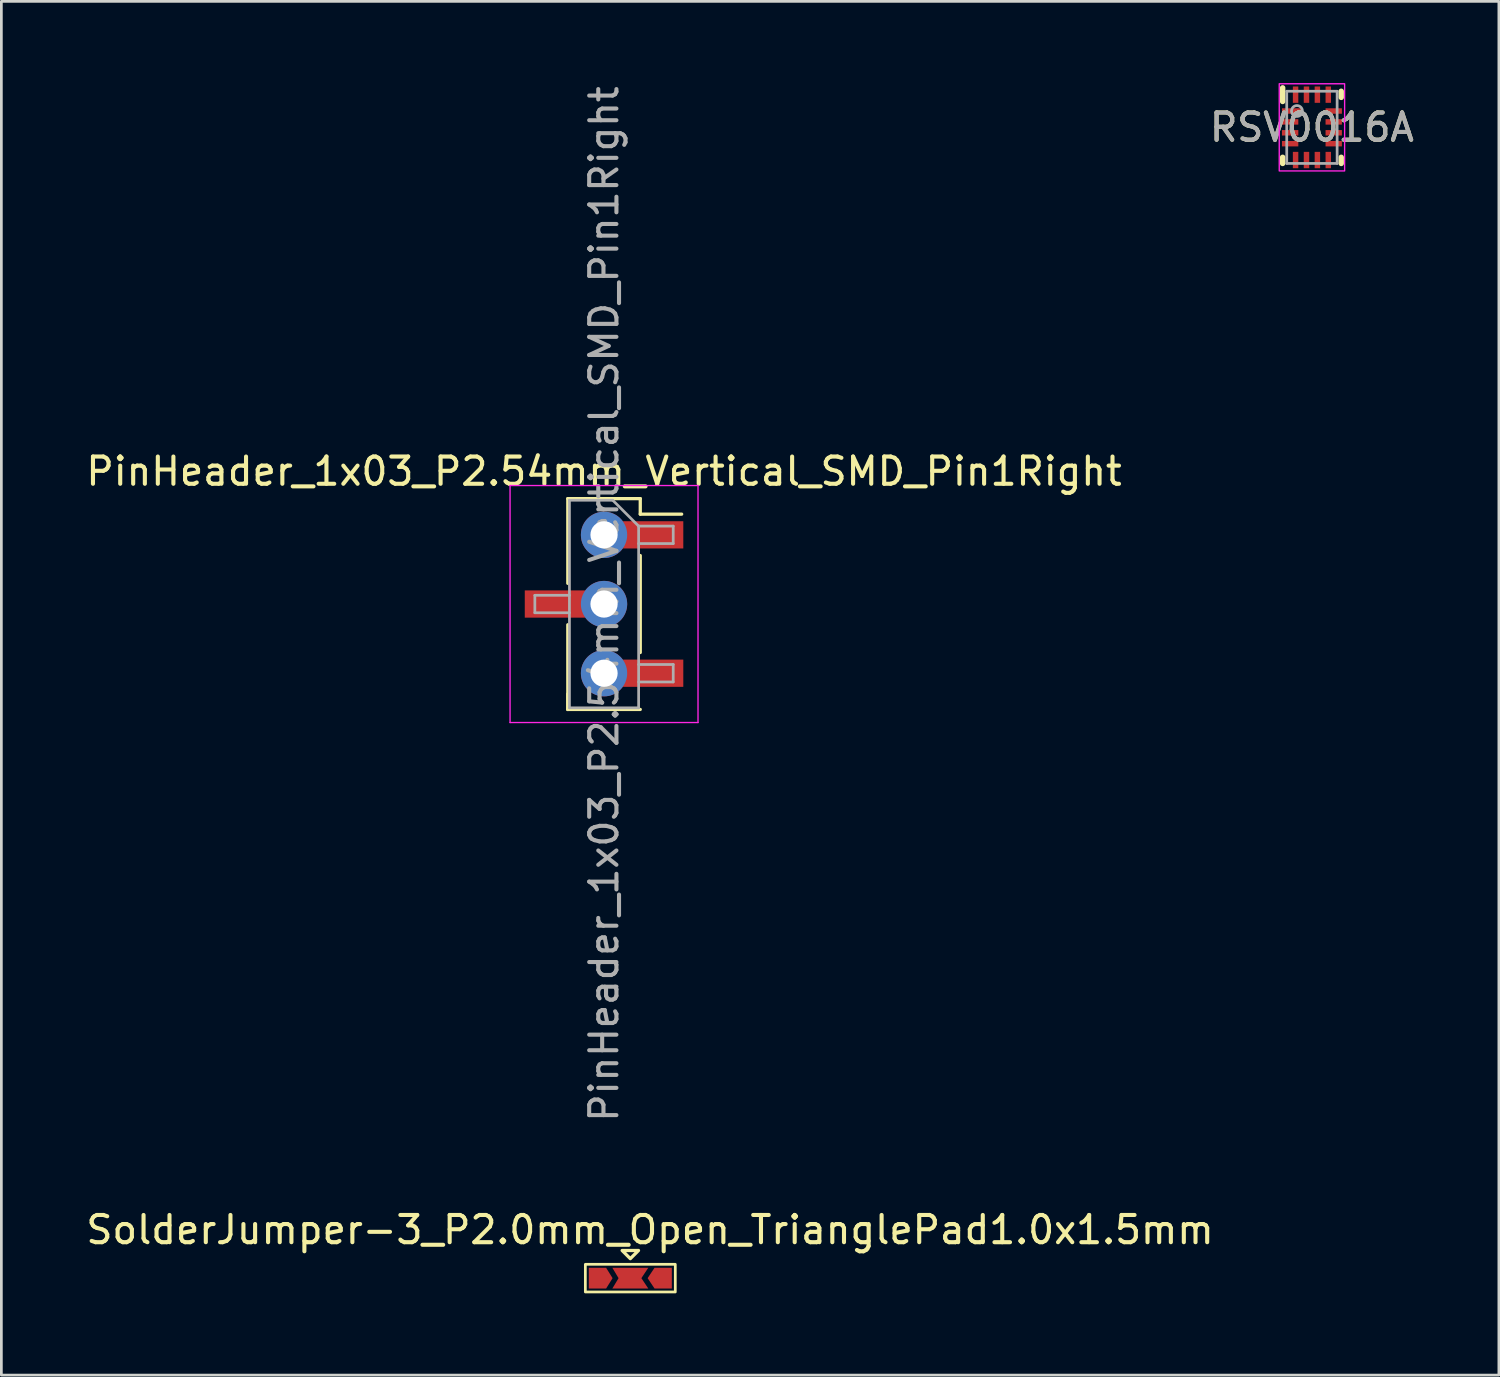
<source format=kicad_pcb>
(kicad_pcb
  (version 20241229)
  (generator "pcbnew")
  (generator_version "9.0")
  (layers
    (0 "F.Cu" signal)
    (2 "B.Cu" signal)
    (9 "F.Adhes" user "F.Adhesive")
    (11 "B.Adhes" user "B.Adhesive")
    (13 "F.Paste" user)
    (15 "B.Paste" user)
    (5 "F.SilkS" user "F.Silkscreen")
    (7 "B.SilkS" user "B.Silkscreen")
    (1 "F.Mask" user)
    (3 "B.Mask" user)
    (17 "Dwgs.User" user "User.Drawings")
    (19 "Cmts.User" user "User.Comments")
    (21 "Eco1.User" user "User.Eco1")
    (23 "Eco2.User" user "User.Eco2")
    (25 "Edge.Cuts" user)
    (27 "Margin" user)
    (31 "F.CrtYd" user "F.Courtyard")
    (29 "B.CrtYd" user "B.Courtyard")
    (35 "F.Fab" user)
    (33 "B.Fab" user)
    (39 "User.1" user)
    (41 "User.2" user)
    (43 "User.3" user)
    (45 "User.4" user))
  (footprint "PinHeader_1x03_P2.54mm_Vertical_SMD_Pin1Right"
    (layer "F.Cu")
    (at 19.125 19.125)
    (property "Reference" "PinHeader_1x03_P2.54mm_Vertical_SMD_Pin1Right" (at 0 -4.87 0) (layer "F.SilkS") (effects (font (size 1 1) (thickness 0.15))))
    (attr smd)
    (fp_line (start -1.33 -3.87) (end -1.33 -0.76) (stroke (width 0.12) (type solid)) (layer "F.SilkS"))
    (fp_line (start -1.33 -3.87) (end 1.33 -3.87) (stroke (width 0.12) (type solid)) (layer "F.SilkS"))
    (fp_line (start -1.33 0.76) (end -1.33 3.87) (stroke (width 0.12) (type solid)) (layer "F.SilkS"))
    (fp_line (start -1.33 3.3) (end -1.33 3.87) (stroke (width 0.12) (type solid)) (layer "F.SilkS"))
    (fp_line (start -1.33 3.87) (end 1.33 3.87) (stroke (width 0.12) (type solid)) (layer "F.SilkS"))
    (fp_line (start 1.33 -3.87) (end 1.33 -3.3) (stroke (width 0.12) (type solid)) (layer "F.SilkS"))
    (fp_line (start 1.33 -3.3) (end 2.85 -3.3) (stroke (width 0.12) (type solid)) (layer "F.SilkS"))
    (fp_line (start 1.33 -1.78) (end 1.33 1.78) (stroke (width 0.12) (type solid)) (layer "F.SilkS"))
    (fp_line (start -3.45 -4.35) (end -3.45 4.35) (stroke (width 0.05) (type solid)) (layer "F.CrtYd"))
    (fp_line (start -3.45 4.35) (end 3.45 4.35) (stroke (width 0.05) (type solid)) (layer "F.CrtYd"))
    (fp_line (start 3.45 -4.35) (end -3.45 -4.35) (stroke (width 0.05) (type solid)) (layer "F.CrtYd"))
    (fp_line (start 3.45 4.35) (end 3.45 -4.35) (stroke (width 0.05) (type solid)) (layer "F.CrtYd"))
    (fp_line (start -2.54 -0.32) (end -2.54 0.32) (stroke (width 0.1) (type solid)) (layer "F.Fab"))
    (fp_line (start -2.54 0.32) (end -1.27 0.32) (stroke (width 0.1) (type solid)) (layer "F.Fab"))
    (fp_line (start -1.27 -3.81) (end -1.27 3.81) (stroke (width 0.1) (type solid)) (layer "F.Fab"))
    (fp_line (start -1.27 -3.81) (end 0.32 -3.81) (stroke (width 0.1) (type solid)) (layer "F.Fab"))
    (fp_line (start -1.27 -0.32) (end -2.54 -0.32) (stroke (width 0.1) (type solid)) (layer "F.Fab"))
    (fp_line (start 1.27 -2.86) (end 0.32 -3.81) (stroke (width 0.1) (type solid)) (layer "F.Fab"))
    (fp_line (start 1.27 -2.86) (end 2.54 -2.86) (stroke (width 0.1) (type solid)) (layer "F.Fab"))
    (fp_line (start 1.27 2.22) (end 2.54 2.22) (stroke (width 0.1) (type solid)) (layer "F.Fab"))
    (fp_line (start 1.27 3.81) (end -1.27 3.81) (stroke (width 0.1) (type solid)) (layer "F.Fab"))
    (fp_line (start 1.27 3.81) (end 1.27 -2.86) (stroke (width 0.1) (type solid)) (layer "F.Fab"))
    (fp_line (start 2.54 -2.86) (end 2.54 -2.22) (stroke (width 0.1) (type solid)) (layer "F.Fab"))
    (fp_line (start 2.54 -2.22) (end 1.27 -2.22) (stroke (width 0.1) (type solid)) (layer "F.Fab"))
    (fp_line (start 2.54 2.22) (end 2.54 2.86) (stroke (width 0.1) (type solid)) (layer "F.Fab"))
    (fp_line (start 2.54 2.86) (end 1.27 2.86) (stroke (width 0.1) (type solid)) (layer "F.Fab"))
    (fp_text user "${REFERENCE}" (at 0 0 90) (layer "F.Fab") (effects (font (size 1 1) (thickness 0.15))))
    (pad "1" thru_hole oval (at 0 -2.54) (size 1.7 1.7) (drill 1) (layers "*.Cu" "*.Mask"))
    (pad "1" smd rect (at 1.805 -2.54) (size 2.21 1) (layers "F.Cu" "F.Mask" "F.Paste"))
    (pad "2" smd rect (at -1.805 0) (size 2.21 1) (layers "F.Cu" "F.Mask" "F.Paste"))
    (pad "2" thru_hole oval (at 0 0) (size 1.7 1.7) (drill 1) (layers "*.Cu" "*.Mask"))
    (pad "3" thru_hole oval (at 0 2.54) (size 1.7 1.7) (drill 1) (layers "*.Cu" "*.Mask"))
    (pad "3" smd rect (at 1.805 2.54) (size 2.21 1) (layers "F.Cu" "F.Mask" "F.Paste")))
  (footprint "SolderJumper-3_P2.0mm_Open_TrianglePad1.0x1.5mm"
    (layer "F.Cu")
    (at 20.09 43.873)
    (property "Reference" "SolderJumper-3_P2.0mm_Open_TrianglePad1.0x1.5mm" (at 0.725 -1.775 0) (layer "F.SilkS") (effects (font (size 1 1) (thickness 0.15))))
    (attr exclude_from_pos_files exclude_from_bom)
    (fp_rect (start -1.651 -0.508) (end 1.651 0.508) (stroke (width 0.1) (type default)) (fill no) (layer "F.SilkS"))
    (fp_poly (pts (xy 0 -0.716) (xy -0.3 -1.016) (xy 0.3 -1.016)) (stroke (width 0.12) (type solid)) (fill no) (layer "F.SilkS"))
    (pad "1" smd custom (at -1.143 0 180) (size 0.3 0.3) (layers "F.Cu" "F.Mask") (options (anchor rect)) (primitives (gr_poly (pts (xy -0.492 0) (xy -0.254 0.381) (xy 0.381 0.381) (xy 0.381 -0.381) (xy -0.254 -0.381)) (width 0) (fill yes))))
    (pad "2" smd custom (at 0 0) (size 0.2 0.2) (layers "F.Cu" "F.Mask") (options (anchor rect)) (primitives (gr_poly (pts (xy 0.406 0) (xy 0.66 0.381) (xy -0.66 0.381) (xy -0.432 0) (xy -0.66 -0.381) (xy 0.66 -0.381)) (width 0) (fill yes))))
    (pad "3" smd custom (at 1.143 0 180) (size 0.3 0.3) (layers "F.Cu" "F.Mask") (options (anchor rect)) (primitives (gr_poly (pts (xy 0.508 0) (xy 0.254 0.381) (xy -0.381 0.381) (xy -0.381 -0.381) (xy 0.254 -0.381)) (width 0) (fill yes)))))
  (footprint "RSV0016A"
    (layer "F.Cu")
    (at 45.113 1.625)
    (property "Reference" "RSV0016A" (at 0 0 0) (unlocked yes) (layer "F.SilkS") (effects (font (size 1 1) (thickness 0.15))))
    (attr smd)
    (fp_line (start -1.075 -0.95) (end -1.075 -1.45) (stroke (width 0.2) (type solid)) (layer "F.SilkS"))
    (fp_line (start -1.075 1.325) (end -1.075 1.1) (stroke (width 0.2) (type solid)) (layer "F.SilkS"))
    (fp_line (start 1.075 -1.1) (end 1.075 -1.325) (stroke (width 0.2) (type solid)) (layer "F.SilkS"))
    (fp_line (start 1.075 1.325) (end 1.075 1.1) (stroke (width 0.2) (type solid)) (layer "F.SilkS"))
    (fp_rect (start -1.2 -1.6) (end 1.2 1.6) (stroke (width 0.05) (type default)) (fill no) (layer "F.CrtYd"))
    (fp_line (start -0.925 -1.325) (end 0.925 -1.325) (stroke (width 0.1) (type solid)) (layer "F.Fab"))
    (fp_line (start -0.925 1.325) (end -0.925 -1.325) (stroke (width 0.1) (type solid)) (layer "F.Fab"))
    (fp_line (start -0.925 1.325) (end 0.925 1.325) (stroke (width 0.1) (type solid)) (layer "F.Fab"))
    (fp_line (start 0.925 1.325) (end 0.925 -1.325) (stroke (width 0.1) (type solid)) (layer "F.Fab"))
    (fp_circle (center -0.55 -0.6) (end -0.35 -0.6) (stroke (width 0.1) (type solid)) (fill no) (layer "F.Fab"))
    (fp_text user "${REFERENCE}" (at 0 0 0) (unlocked yes) (layer "F.Fab") (effects (font (size 1 1) (thickness 0.15))))
    (pad "1" smd rect (at -0.75 -0.6 90) (size 0.2 0.7) (layers "F.Cu" "F.Mask" "F.Paste"))
    (pad "2" smd rect (at -0.8 -0.2 90) (size 0.2 0.6) (layers "F.Cu" "F.Mask" "F.Paste"))
    (pad "3" smd rect (at -0.8 0.2 90) (size 0.2 0.6) (layers "F.Cu" "F.Mask" "F.Paste"))
    (pad "4" smd rect (at -0.8 0.6 90) (size 0.2 0.6) (layers "F.Cu" "F.Mask" "F.Paste"))
    (pad "5" smd rect (at -0.6 1.2) (size 0.2 0.6) (layers "F.Cu" "F.Mask" "F.Paste"))
    (pad "6" smd rect (at -0.2 1.2) (size 0.2 0.6) (layers "F.Cu" "F.Mask" "F.Paste"))
    (pad "7" smd rect (at 0.2 1.2) (size 0.2 0.6) (layers "F.Cu" "F.Mask" "F.Paste"))
    (pad "8" smd rect (at 0.6 1.2) (size 0.2 0.6) (layers "F.Cu" "F.Mask" "F.Paste"))
    (pad "9" smd rect (at 0.8 0.6 90) (size 0.2 0.6) (layers "F.Cu" "F.Mask" "F.Paste"))
    (pad "10" smd rect (at 0.8 0.2 90) (size 0.2 0.6) (layers "F.Cu" "F.Mask" "F.Paste"))
    (pad "11" smd rect (at 0.8 -0.2 90) (size 0.2 0.6) (layers "F.Cu" "F.Mask" "F.Paste"))
    (pad "12" smd rect (at 0.8 -0.6 90) (size 0.2 0.6) (layers "F.Cu" "F.Mask" "F.Paste"))
    (pad "13" smd rect (at 0.6 -1.2) (size 0.2 0.6) (layers "F.Cu" "F.Mask" "F.Paste"))
    (pad "14" smd rect (at 0.2 -1.2) (size 0.2 0.6) (layers "F.Cu" "F.Mask" "F.Paste"))
    (pad "15" smd rect (at -0.2 -1.2) (size 0.2 0.6) (layers "F.Cu" "F.Mask" "F.Paste"))
    (pad "16" smd rect (at -0.6 -1.2) (size 0.2 0.6) (layers "F.Cu" "F.Mask" "F.Paste")))
  (gr_rect
    (start -3 -3)
    (end 51.976 47.431)
    (stroke (width 0.1) (type default))
    (fill no)
    (layer "Edge.Cuts")))
</source>
